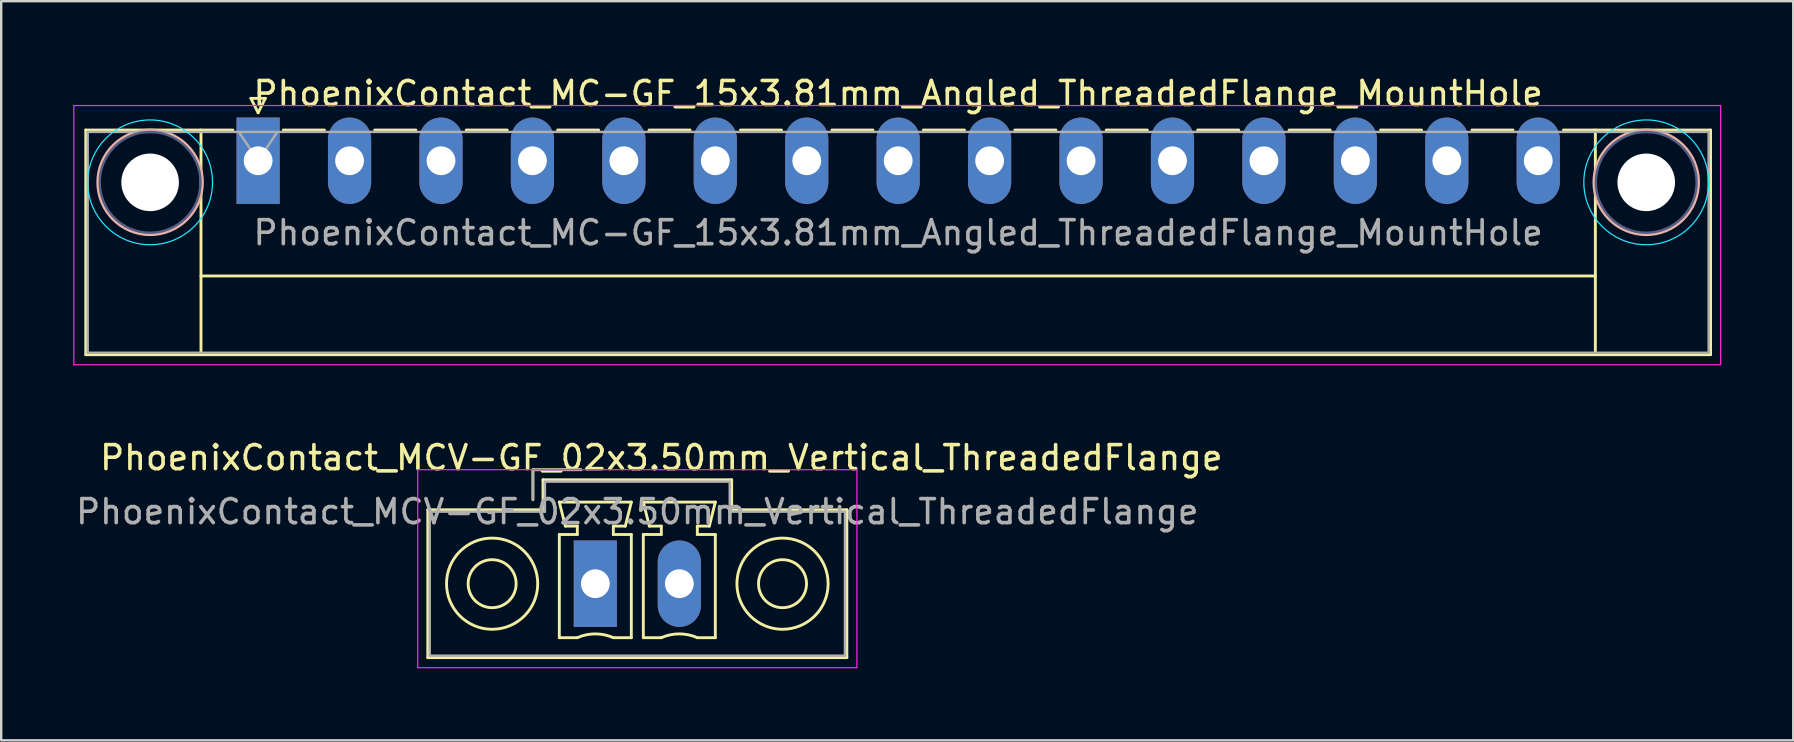
<source format=kicad_pcb>
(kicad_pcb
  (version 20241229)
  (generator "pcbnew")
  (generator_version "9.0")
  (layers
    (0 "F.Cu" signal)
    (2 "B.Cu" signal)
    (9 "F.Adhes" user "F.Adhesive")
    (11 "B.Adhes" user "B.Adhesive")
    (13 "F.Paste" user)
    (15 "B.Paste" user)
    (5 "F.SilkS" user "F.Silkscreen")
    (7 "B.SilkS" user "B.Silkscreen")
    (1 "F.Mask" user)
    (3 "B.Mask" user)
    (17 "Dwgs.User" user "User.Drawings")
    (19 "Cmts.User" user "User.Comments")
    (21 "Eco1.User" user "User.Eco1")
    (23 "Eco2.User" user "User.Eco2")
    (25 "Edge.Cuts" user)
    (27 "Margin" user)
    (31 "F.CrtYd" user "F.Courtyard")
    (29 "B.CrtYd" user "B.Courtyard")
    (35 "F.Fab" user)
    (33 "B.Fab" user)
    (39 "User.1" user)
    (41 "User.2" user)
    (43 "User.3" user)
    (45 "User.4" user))
  (footprint "PhoenixContact_MCV-GF_02x3.50mm_Vertical_ThreadedFlange"
    (layer "F.Cu")
    (at 21.756 21.271)
    (property "Reference" "PhoenixContact_MCV-GF_02x3.50mm_Vertical_ThreadedFlange" (at 2.75 -5.25 0) (layer "F.SilkS") (effects (font (size 1 1) (thickness 0.15))))
    (attr through_hole)
    (fp_line (start -6.98 -3.08) (end -6.98 3.08) (stroke (width 0.12) (type solid)) (layer "F.SilkS"))
    (fp_line (start -6.98 3.08) (end 10.48 3.08) (stroke (width 0.12) (type solid)) (layer "F.SilkS"))
    (fp_line (start -2.6 -4.75) (end -0.6 -4.75) (stroke (width 0.12) (type solid)) (layer "F.SilkS"))
    (fp_line (start -2.6 -3.5) (end -2.6 -4.75) (stroke (width 0.12) (type solid)) (layer "F.SilkS"))
    (fp_line (start -2.18 -4.33) (end -2.18 -3.08) (stroke (width 0.12) (type solid)) (layer "F.SilkS"))
    (fp_line (start -2.18 -3.08) (end -6.98 -3.08) (stroke (width 0.12) (type solid)) (layer "F.SilkS"))
    (fp_line (start -1.5 -3.4) (end 1.5 -3.4) (stroke (width 0.12) (type solid)) (layer "F.SilkS"))
    (fp_line (start -1.5 -2.05) (end -0.75 -2.05) (stroke (width 0.12) (type solid)) (layer "F.SilkS"))
    (fp_line (start -1.5 2.25) (end -1.5 -2.05) (stroke (width 0.12) (type solid)) (layer "F.SilkS"))
    (fp_line (start -1.25 -2.4) (end -1.5 -3.4) (stroke (width 0.12) (type solid)) (layer "F.SilkS"))
    (fp_line (start -0.75 -2.4) (end -1.25 -2.4) (stroke (width 0.12) (type solid)) (layer "F.SilkS"))
    (fp_line (start -0.75 -2.05) (end -0.75 -2.4) (stroke (width 0.12) (type solid)) (layer "F.SilkS"))
    (fp_line (start -0.75 2.25) (end -1.5 2.25) (stroke (width 0.12) (type solid)) (layer "F.SilkS"))
    (fp_line (start 0.75 -2.4) (end 0.75 -2.05) (stroke (width 0.12) (type solid)) (layer "F.SilkS"))
    (fp_line (start 0.75 -2.05) (end 1.5 -2.05) (stroke (width 0.12) (type solid)) (layer "F.SilkS"))
    (fp_line (start 1.25 -2.4) (end 0.75 -2.4) (stroke (width 0.12) (type solid)) (layer "F.SilkS"))
    (fp_line (start 1.5 -3.4) (end 1.25 -2.4) (stroke (width 0.12) (type solid)) (layer "F.SilkS"))
    (fp_line (start 1.5 -2.05) (end 1.5 2.25) (stroke (width 0.12) (type solid)) (layer "F.SilkS"))
    (fp_line (start 1.5 2.25) (end 0.75 2.25) (stroke (width 0.12) (type solid)) (layer "F.SilkS"))
    (fp_line (start 2 -3.4) (end 5 -3.4) (stroke (width 0.12) (type solid)) (layer "F.SilkS"))
    (fp_line (start 2 -2.05) (end 2.75 -2.05) (stroke (width 0.12) (type solid)) (layer "F.SilkS"))
    (fp_line (start 2 2.25) (end 2 -2.05) (stroke (width 0.12) (type solid)) (layer "F.SilkS"))
    (fp_line (start 2.25 -2.4) (end 2 -3.4) (stroke (width 0.12) (type solid)) (layer "F.SilkS"))
    (fp_line (start 2.75 -2.4) (end 2.25 -2.4) (stroke (width 0.12) (type solid)) (layer "F.SilkS"))
    (fp_line (start 2.75 -2.05) (end 2.75 -2.4) (stroke (width 0.12) (type solid)) (layer "F.SilkS"))
    (fp_line (start 2.75 2.25) (end 2 2.25) (stroke (width 0.12) (type solid)) (layer "F.SilkS"))
    (fp_line (start 4.25 -2.4) (end 4.25 -2.05) (stroke (width 0.12) (type solid)) (layer "F.SilkS"))
    (fp_line (start 4.25 -2.05) (end 5 -2.05) (stroke (width 0.12) (type solid)) (layer "F.SilkS"))
    (fp_line (start 4.75 -2.4) (end 4.25 -2.4) (stroke (width 0.12) (type solid)) (layer "F.SilkS"))
    (fp_line (start 5 -3.4) (end 4.75 -2.4) (stroke (width 0.12) (type solid)) (layer "F.SilkS"))
    (fp_line (start 5 -2.05) (end 5 2.25) (stroke (width 0.12) (type solid)) (layer "F.SilkS"))
    (fp_line (start 5 2.25) (end 4.25 2.25) (stroke (width 0.12) (type solid)) (layer "F.SilkS"))
    (fp_line (start 5.68 -4.33) (end -2.18 -4.33) (stroke (width 0.12) (type solid)) (layer "F.SilkS"))
    (fp_line (start 5.68 -3.08) (end 5.68 -4.33) (stroke (width 0.12) (type solid)) (layer "F.SilkS"))
    (fp_line (start 10.48 -3.08) (end 5.68 -3.08) (stroke (width 0.12) (type solid)) (layer "F.SilkS"))
    (fp_line (start 10.48 3.08) (end 10.48 -3.08) (stroke (width 0.12) (type solid)) (layer "F.SilkS"))
    (fp_arc (start -0.75 2.25) (mid -0.000193 2.09191) (end 0.749647 2.249844) (stroke (width 0.12) (type solid)) (layer "F.SilkS"))
    (fp_arc (start 2.75 2.25) (mid 3.499807 2.09191) (end 4.249647 2.249844) (stroke (width 0.12) (type solid)) (layer "F.SilkS"))
    (fp_circle (center -4.3 0) (end -3.3 0) (stroke (width 0.12) (type solid)) (fill no) (layer "F.SilkS"))
    (fp_circle (center -4.3 0) (end -2.4 0) (stroke (width 0.12) (type solid)) (fill no) (layer "F.SilkS"))
    (fp_circle (center 7.8 0) (end 8.8 0) (stroke (width 0.12) (type solid)) (fill no) (layer "F.SilkS"))
    (fp_circle (center 7.8 0) (end 9.7 0) (stroke (width 0.12) (type solid)) (fill no) (layer "F.SilkS"))
    (fp_line (start -7.4 -4.75) (end -7.4 3.5) (stroke (width 0.05) (type solid)) (layer "F.CrtYd"))
    (fp_line (start -7.4 3.5) (end 10.9 3.5) (stroke (width 0.05) (type solid)) (layer "F.CrtYd"))
    (fp_line (start 10.9 -4.75) (end -7.4 -4.75) (stroke (width 0.05) (type solid)) (layer "F.CrtYd"))
    (fp_line (start 10.9 3.5) (end 10.9 -4.75) (stroke (width 0.05) (type solid)) (layer "F.CrtYd"))
    (fp_line (start -6.9 -3) (end -6.9 3) (stroke (width 0.1) (type solid)) (layer "F.Fab"))
    (fp_line (start -6.9 3) (end 10.4 3) (stroke (width 0.1) (type solid)) (layer "F.Fab"))
    (fp_line (start -2.6 -4.75) (end -0.6 -4.75) (stroke (width 0.1) (type solid)) (layer "F.Fab"))
    (fp_line (start -2.6 -3.5) (end -2.6 -4.75) (stroke (width 0.1) (type solid)) (layer "F.Fab"))
    (fp_line (start -2.1 -4.25) (end -2.1 -3) (stroke (width 0.1) (type solid)) (layer "F.Fab"))
    (fp_line (start -2.1 -3) (end -6.9 -3) (stroke (width 0.1) (type solid)) (layer "F.Fab"))
    (fp_line (start 5.6 -4.25) (end -2.1 -4.25) (stroke (width 0.1) (type solid)) (layer "F.Fab"))
    (fp_line (start 5.6 -3) (end 5.6 -4.25) (stroke (width 0.1) (type solid)) (layer "F.Fab"))
    (fp_line (start 10.4 -3) (end 5.6 -3) (stroke (width 0.1) (type solid)) (layer "F.Fab"))
    (fp_line (start 10.4 3) (end 10.4 -3) (stroke (width 0.1) (type solid)) (layer "F.Fab"))
    (fp_text user "${REFERENCE}" (at 1.75 -3 0) (layer "F.Fab") (effects (font (size 1 1) (thickness 0.15))))
    (pad "1" thru_hole rect (at 0 0) (size 1.8 3.6) (drill 1.2) (layers "*.Cu" "*.Mask"))
    (pad "2" thru_hole oval (at 3.5 0) (size 1.8 3.6) (drill 1.2) (layers "*.Cu" "*.Mask")))
  (footprint "PhoenixContact_MC-GF_15x3.81mm_Angled_ThreadedFlange_MountHole"
    (layer "F.Cu")
    (at 7.705 3.648)
    (property "Reference" "PhoenixContact_MC-GF_15x3.81mm_Angled_ThreadedFlange_MountHole" (at 26.67 -2.8 0) (layer "F.SilkS") (effects (font (size 1 1) (thickness 0.15))))
    (attr through_hole)
    (fp_line (start -7.18 -1.28) (end -7.18 8.08) (stroke (width 0.12) (type solid)) (layer "F.SilkS"))
    (fp_line (start -7.18 -1.28) (end -1.05 -1.28) (stroke (width 0.12) (type solid)) (layer "F.SilkS"))
    (fp_line (start -7.18 8.08) (end 60.52 8.08) (stroke (width 0.12) (type solid)) (layer "F.SilkS"))
    (fp_line (start -2.38 -1.28) (end -2.38 8.08) (stroke (width 0.12) (type solid)) (layer "F.SilkS"))
    (fp_line (start -2.38 4.8) (end 55.72 4.8) (stroke (width 0.12) (type solid)) (layer "F.SilkS"))
    (fp_line (start -0.3 -2.6) (end 0.3 -2.6) (stroke (width 0.12) (type solid)) (layer "F.SilkS"))
    (fp_line (start 0 -2) (end -0.3 -2.6) (stroke (width 0.12) (type solid)) (layer "F.SilkS"))
    (fp_line (start 0.3 -2.6) (end 0 -2) (stroke (width 0.12) (type solid)) (layer "F.SilkS"))
    (fp_line (start 1.05 -1.28) (end 2.76 -1.28) (stroke (width 0.12) (type solid)) (layer "F.SilkS"))
    (fp_line (start 4.86 -1.28) (end 6.57 -1.28) (stroke (width 0.12) (type solid)) (layer "F.SilkS"))
    (fp_line (start 8.67 -1.28) (end 10.38 -1.28) (stroke (width 0.12) (type solid)) (layer "F.SilkS"))
    (fp_line (start 12.48 -1.28) (end 14.19 -1.28) (stroke (width 0.12) (type solid)) (layer "F.SilkS"))
    (fp_line (start 16.29 -1.28) (end 18 -1.28) (stroke (width 0.12) (type solid)) (layer "F.SilkS"))
    (fp_line (start 20.1 -1.28) (end 21.81 -1.28) (stroke (width 0.12) (type solid)) (layer "F.SilkS"))
    (fp_line (start 23.91 -1.28) (end 25.62 -1.28) (stroke (width 0.12) (type solid)) (layer "F.SilkS"))
    (fp_line (start 27.72 -1.28) (end 29.43 -1.28) (stroke (width 0.12) (type solid)) (layer "F.SilkS"))
    (fp_line (start 31.53 -1.28) (end 33.24 -1.28) (stroke (width 0.12) (type solid)) (layer "F.SilkS"))
    (fp_line (start 35.34 -1.28) (end 37.05 -1.28) (stroke (width 0.12) (type solid)) (layer "F.SilkS"))
    (fp_line (start 39.15 -1.28) (end 40.86 -1.28) (stroke (width 0.12) (type solid)) (layer "F.SilkS"))
    (fp_line (start 42.96 -1.28) (end 44.67 -1.28) (stroke (width 0.12) (type solid)) (layer "F.SilkS"))
    (fp_line (start 46.77 -1.28) (end 48.48 -1.28) (stroke (width 0.12) (type solid)) (layer "F.SilkS"))
    (fp_line (start 50.58 -1.28) (end 52.29 -1.28) (stroke (width 0.12) (type solid)) (layer "F.SilkS"))
    (fp_line (start 55.72 -1.28) (end 55.72 8.08) (stroke (width 0.12) (type solid)) (layer "F.SilkS"))
    (fp_line (start 60.52 -1.28) (end 54.39 -1.28) (stroke (width 0.12) (type solid)) (layer "F.SilkS"))
    (fp_line (start 60.52 8.08) (end 60.52 -1.28) (stroke (width 0.12) (type solid)) (layer "F.SilkS"))
    (fp_circle (center -4.5 0.9) (end -2.32 0.9) (stroke (width 0.12) (type solid)) (fill no) (layer "B.SilkS"))
    (fp_circle (center 57.84 0.9) (end 60.02 0.9) (stroke (width 0.12) (type solid)) (fill no) (layer "B.SilkS"))
    (fp_circle (center -4.5 0.9) (end -1.9 0.9) (stroke (width 0.05) (type solid)) (fill no) (layer "B.CrtYd"))
    (fp_circle (center 57.84 0.9) (end 60.44 0.9) (stroke (width 0.05) (type solid)) (fill no) (layer "B.CrtYd"))
    (fp_line (start -7.68 -2.3) (end -7.68 8.5) (stroke (width 0.05) (type solid)) (layer "F.CrtYd"))
    (fp_line (start -7.68 8.5) (end 60.94 8.5) (stroke (width 0.05) (type solid)) (layer "F.CrtYd"))
    (fp_line (start 60.94 -2.3) (end -7.68 -2.3) (stroke (width 0.05) (type solid)) (layer "F.CrtYd"))
    (fp_line (start 60.94 8.5) (end 60.94 -2.3) (stroke (width 0.05) (type solid)) (layer "F.CrtYd"))
    (fp_circle (center -4.5 0.9) (end -2.4 0.9) (stroke (width 0.1) (type solid)) (fill no) (layer "B.Fab"))
    (fp_circle (center 57.84 0.9) (end 59.94 0.9) (stroke (width 0.1) (type solid)) (fill no) (layer "B.Fab"))
    (fp_line (start -7.1 -1.2) (end -7.1 8) (stroke (width 0.1) (type solid)) (layer "F.Fab"))
    (fp_line (start -7.1 8) (end 60.44 8) (stroke (width 0.1) (type solid)) (layer "F.Fab"))
    (fp_line (start 0 0) (end -0.8 -1.2) (stroke (width 0.1) (type solid)) (layer "F.Fab"))
    (fp_line (start 0.8 -1.2) (end 0 0) (stroke (width 0.1) (type solid)) (layer "F.Fab"))
    (fp_line (start 60.44 -1.2) (end -7.1 -1.2) (stroke (width 0.1) (type solid)) (layer "F.Fab"))
    (fp_line (start 60.44 8) (end 60.44 -1.2) (stroke (width 0.1) (type solid)) (layer "F.Fab"))
    (fp_text user "${REFERENCE}" (at 26.67 3 0) (layer "F.Fab") (effects (font (size 1 1) (thickness 0.15))))
    (pad "" np_thru_hole circle (at -4.5 0.9) (size 2.4 2.4) (drill 2.4) (layers "*.Cu" "*.Mask"))
    (pad "" np_thru_hole circle (at 57.84 0.9) (size 2.4 2.4) (drill 2.4) (layers "*.Cu" "*.Mask"))
    (pad "1" thru_hole rect (at 0 0) (size 1.8 3.6) (drill 1.2) (layers "*.Cu" "*.Mask"))
    (pad "2" thru_hole oval (at 3.81 0) (size 1.8 3.6) (drill 1.2) (layers "*.Cu" "*.Mask"))
    (pad "3" thru_hole oval (at 7.62 0) (size 1.8 3.6) (drill 1.2) (layers "*.Cu" "*.Mask"))
    (pad "4" thru_hole oval (at 11.43 0) (size 1.8 3.6) (drill 1.2) (layers "*.Cu" "*.Mask"))
    (pad "5" thru_hole oval (at 15.24 0) (size 1.8 3.6) (drill 1.2) (layers "*.Cu" "*.Mask"))
    (pad "6" thru_hole oval (at 19.05 0) (size 1.8 3.6) (drill 1.2) (layers "*.Cu" "*.Mask"))
    (pad "7" thru_hole oval (at 22.86 0) (size 1.8 3.6) (drill 1.2) (layers "*.Cu" "*.Mask"))
    (pad "8" thru_hole oval (at 26.67 0) (size 1.8 3.6) (drill 1.2) (layers "*.Cu" "*.Mask"))
    (pad "9" thru_hole oval (at 30.48 0) (size 1.8 3.6) (drill 1.2) (layers "*.Cu" "*.Mask"))
    (pad "10" thru_hole oval (at 34.29 0) (size 1.8 3.6) (drill 1.2) (layers "*.Cu" "*.Mask"))
    (pad "11" thru_hole oval (at 38.1 0) (size 1.8 3.6) (drill 1.2) (layers "*.Cu" "*.Mask"))
    (pad "12" thru_hole oval (at 41.91 0) (size 1.8 3.6) (drill 1.2) (layers "*.Cu" "*.Mask"))
    (pad "13" thru_hole oval (at 45.72 0) (size 1.8 3.6) (drill 1.2) (layers "*.Cu" "*.Mask"))
    (pad "14" thru_hole oval (at 49.53 0) (size 1.8 3.6) (drill 1.2) (layers "*.Cu" "*.Mask"))
    (pad "15" thru_hole oval (at 53.34 0) (size 1.8 3.6) (drill 1.2) (layers "*.Cu" "*.Mask")))
  (gr_rect
    (start -3 -3)
    (end 71.67 27.797)
    (stroke (width 0.1) (type default))
    (fill no)
    (layer "Edge.Cuts")))
</source>
